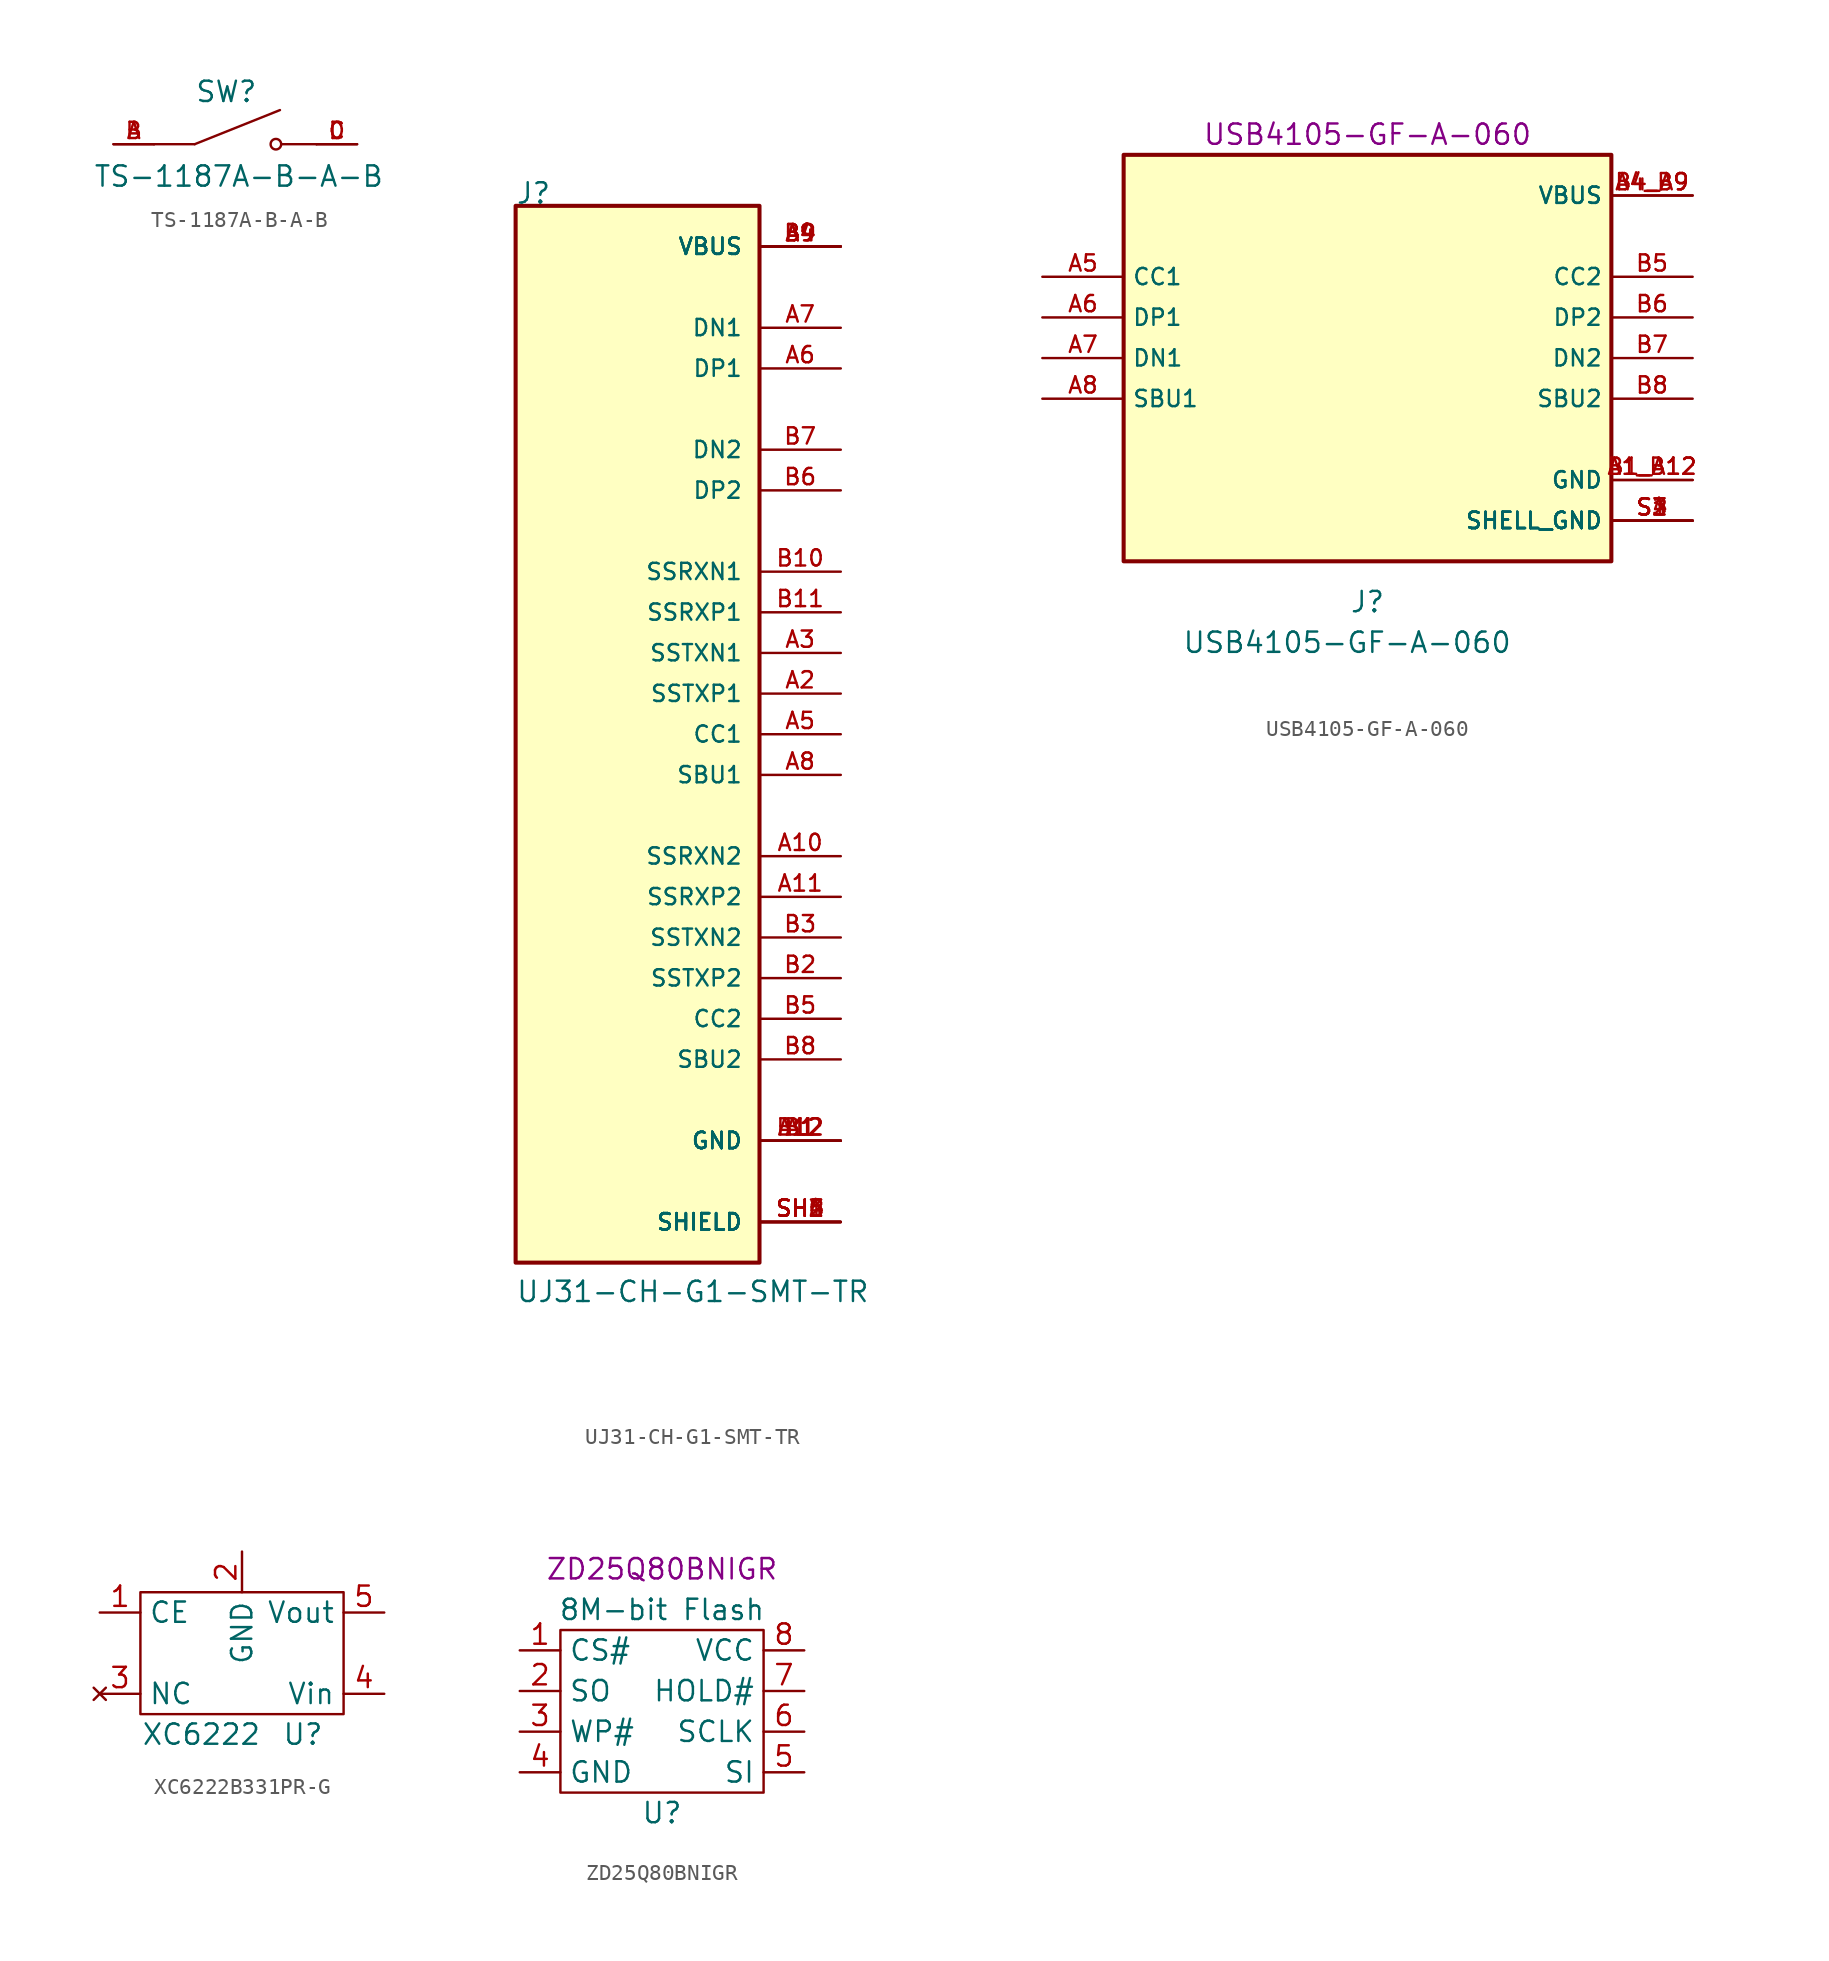
<source format=kicad_sym>
(kicad_symbol_lib
  (version 20241209)
  (generator "kicad_symbol_editor")
  (generator_version "9.0")
  (symbol "TS-1187A-B-A-B"
    (pin_names
      (offset 1.016))
    (property "Reference" "SW"
      (at -2.54 2.54 0)
      (effects (font (size 1.27 1.27)) (justify left bottom)))
    (property "Value" "TS-1187A-B-A-B"
      (at -8.89 -1.27 0)
      (effects (font (size 1.27 1.27)) (justify left top)))
    (symbol "TS-1187A-B-A-B_0_0"
      (polyline (pts (xy -2.54 0) (xy -5.08 0)) (stroke (width 0.152) (type default)) (fill (type none)))
      (polyline (pts (xy -2.54 0) (xy 2.794 2.134)) (stroke (width 0.152) (type default)) (fill (type none)))
      (circle (center 2.54 0) (radius 0.33) (stroke (width 0.152) (type default)) (fill (type none)))
      (polyline (pts (xy 5.08 0) (xy 2.921 0)) (stroke (width 0.152) (type default)) (fill (type none)))
      (pin passive line (at -7.62 0 0) (length 2.54) (name "~" (effects (font (size 1.016 1.016)))) (number "A" (effects (font (size 1.016 1.016)))))
      (pin passive line (at -7.62 0 0) (length 2.54) (name "~" (effects (font (size 1.016 1.016)))) (number "B" (effects (font (size 1.016 1.016)))))
      (pin passive line (at 7.62 0 180) (length 2.54) (name "~" (effects (font (size 1.016 1.016)))) (number "C" (effects (font (size 1.016 1.016)))))
      (pin passive line (at 7.62 0 180) (length 2.54) (name "~" (effects (font (size 1.016 1.016)))) (number "D" (effects (font (size 1.016 1.016)))))))
  (symbol "UJ31-CH-G1-SMT-TR"
    (pin_names
      (offset 1.016))
    (property "Reference" "J"
      (at -7.63 33.063 0)
      (effects (font (size 1.27 1.27)) (justify left bottom)))
    (property "Value" "UJ31-CH-G1-SMT-TR"
      (at -7.624 -35.581 0)
      (effects (font (size 1.27 1.27)) (justify left bottom)))
    (symbol "UJ31-CH-G1-SMT-TR_0_0"
      (rectangle (start -7.62 -33.02) (end 7.62 33.02) (stroke (width 0.254) (type default)) (fill (type background)))
      (pin power_in line (at 12.7 30.48 180) (length 5.08) (name "VBUS" (effects (font (size 1.016 1.016)))) (number "A4" (effects (font (size 1.016 1.016)))))
      (pin power_in line (at 12.7 30.48 180) (length 5.08) (name "VBUS" (effects (font (size 1.016 1.016)))) (number "A9" (effects (font (size 1.016 1.016)))))
      (pin power_in line (at 12.7 30.48 180) (length 5.08) (name "VBUS" (effects (font (size 1.016 1.016)))) (number "B4" (effects (font (size 1.016 1.016)))))
      (pin power_in line (at 12.7 30.48 180) (length 5.08) (name "VBUS" (effects (font (size 1.016 1.016)))) (number "B9" (effects (font (size 1.016 1.016)))))
      (pin bidirectional line (at 12.7 25.4 180) (length 5.08) (name "DN1" (effects (font (size 1.016 1.016)))) (number "A7" (effects (font (size 1.016 1.016)))))
      (pin bidirectional line (at 12.7 22.86 180) (length 5.08) (name "DP1" (effects (font (size 1.016 1.016)))) (number "A6" (effects (font (size 1.016 1.016)))))
      (pin bidirectional line (at 12.7 17.78 180) (length 5.08) (name "DN2" (effects (font (size 1.016 1.016)))) (number "B7" (effects (font (size 1.016 1.016)))))
      (pin bidirectional line (at 12.7 15.24 180) (length 5.08) (name "DP2" (effects (font (size 1.016 1.016)))) (number "B6" (effects (font (size 1.016 1.016)))))
      (pin bidirectional line (at 12.7 10.16 180) (length 5.08) (name "SSRXN1" (effects (font (size 1.016 1.016)))) (number "B10" (effects (font (size 1.016 1.016)))))
      (pin bidirectional line (at 12.7 7.62 180) (length 5.08) (name "SSRXP1" (effects (font (size 1.016 1.016)))) (number "B11" (effects (font (size 1.016 1.016)))))
      (pin bidirectional line (at 12.7 5.08 180) (length 5.08) (name "SSTXN1" (effects (font (size 1.016 1.016)))) (number "A3" (effects (font (size 1.016 1.016)))))
      (pin bidirectional line (at 12.7 2.54 180) (length 5.08) (name "SSTXP1" (effects (font (size 1.016 1.016)))) (number "A2" (effects (font (size 1.016 1.016)))))
      (pin bidirectional line (at 12.7 0 180) (length 5.08) (name "CC1" (effects (font (size 1.016 1.016)))) (number "A5" (effects (font (size 1.016 1.016)))))
      (pin bidirectional line (at 12.7 -2.54 180) (length 5.08) (name "SBU1" (effects (font (size 1.016 1.016)))) (number "A8" (effects (font (size 1.016 1.016)))))
      (pin bidirectional line (at 12.7 -7.62 180) (length 5.08) (name "SSRXN2" (effects (font (size 1.016 1.016)))) (number "A10" (effects (font (size 1.016 1.016)))))
      (pin bidirectional line (at 12.7 -10.16 180) (length 5.08) (name "SSRXP2" (effects (font (size 1.016 1.016)))) (number "A11" (effects (font (size 1.016 1.016)))))
      (pin bidirectional line (at 12.7 -12.7 180) (length 5.08) (name "SSTXN2" (effects (font (size 1.016 1.016)))) (number "B3" (effects (font (size 1.016 1.016)))))
      (pin bidirectional line (at 12.7 -15.24 180) (length 5.08) (name "SSTXP2" (effects (font (size 1.016 1.016)))) (number "B2" (effects (font (size 1.016 1.016)))))
      (pin bidirectional line (at 12.7 -17.78 180) (length 5.08) (name "CC2" (effects (font (size 1.016 1.016)))) (number "B5" (effects (font (size 1.016 1.016)))))
      (pin bidirectional line (at 12.7 -20.32 180) (length 5.08) (name "SBU2" (effects (font (size 1.016 1.016)))) (number "B8" (effects (font (size 1.016 1.016)))))
      (pin power_in line (at 12.7 -25.4 180) (length 5.08) (name "GND" (effects (font (size 1.016 1.016)))) (number "A1" (effects (font (size 1.016 1.016)))))
      (pin power_in line (at 12.7 -25.4 180) (length 5.08) (name "GND" (effects (font (size 1.016 1.016)))) (number "A12" (effects (font (size 1.016 1.016)))))
      (pin power_in line (at 12.7 -25.4 180) (length 5.08) (name "GND" (effects (font (size 1.016 1.016)))) (number "B1" (effects (font (size 1.016 1.016)))))
      (pin power_in line (at 12.7 -25.4 180) (length 5.08) (name "GND" (effects (font (size 1.016 1.016)))) (number "B12" (effects (font (size 1.016 1.016)))))
      (pin power_in line (at 12.7 -30.48 180) (length 5.08) (name "SHIELD" (effects (font (size 1.016 1.016)))) (number "SH1" (effects (font (size 1.016 1.016)))))
      (pin power_in line (at 12.7 -30.48 180) (length 5.08) (name "SHIELD" (effects (font (size 1.016 1.016)))) (number "SH2" (effects (font (size 1.016 1.016)))))
      (pin power_in line (at 12.7 -30.48 180) (length 5.08) (name "SHIELD" (effects (font (size 1.016 1.016)))) (number "SH3" (effects (font (size 1.016 1.016)))))
      (pin power_in line (at 12.7 -30.48 180) (length 5.08) (name "SHIELD" (effects (font (size 1.016 1.016)))) (number "SH4" (effects (font (size 1.016 1.016)))))
      (pin power_in line (at 12.7 -30.48 180) (length 5.08) (name "SHIELD" (effects (font (size 1.016 1.016)))) (number "SH5" (effects (font (size 1.016 1.016)))))
      (pin power_in line (at 12.7 -30.48 180) (length 5.08) (name "SHIELD" (effects (font (size 1.016 1.016)))) (number "SH6" (effects (font (size 1.016 1.016)))))))
  (symbol "USB4105-GF-A-060"
    (property "Reference" "J"
      (at 0 -15.24 0)
      (effects (font (size 1.27 1.27))))
    (property "Value" "USB4105-GF-A-060"
      (at -1.27 -17.78 0)
      (effects (font (size 1.27 1.27))))
    (property "MPN" "USB4105-GF-A-060"
      (at 0 13.97 0)
      (effects (font (size 1.27 1.27))))
    (symbol "USB4105-GF-A-060_0_0"
      (rectangle (start -15.24 -12.7) (end 15.24 12.7) (stroke (width 0.254) (type default)) (fill (type background)))
      (pin bidirectional line (at -20.32 5.08 0) (length 5.08) (name "CC1" (effects (font (size 1.016 1.016)))) (number "A5" (effects (font (size 1.016 1.016)))))
      (pin bidirectional line (at -20.32 2.54 0) (length 5.08) (name "DP1" (effects (font (size 1.016 1.016)))) (number "A6" (effects (font (size 1.016 1.016)))))
      (pin bidirectional line (at -20.32 0 0) (length 5.08) (name "DN1" (effects (font (size 1.016 1.016)))) (number "A7" (effects (font (size 1.016 1.016)))))
      (pin bidirectional line (at -20.32 -2.54 0) (length 5.08) (name "SBU1" (effects (font (size 1.016 1.016)))) (number "A8" (effects (font (size 1.016 1.016)))))
      (pin power_in line (at 20.32 10.16 180) (length 5.08) (name "VBUS" (effects (font (size 1.016 1.016)))) (number "A4_B9" (effects (font (size 1.016 1.016)))))
      (pin power_in line (at 20.32 10.16 180) (length 5.08) (name "VBUS" (effects (font (size 1.016 1.016)))) (number "B4_A9" (effects (font (size 1.016 1.016)))))
      (pin bidirectional line (at 20.32 5.08 180) (length 5.08) (name "CC2" (effects (font (size 1.016 1.016)))) (number "B5" (effects (font (size 1.016 1.016)))))
      (pin bidirectional line (at 20.32 2.54 180) (length 5.08) (name "DP2" (effects (font (size 1.016 1.016)))) (number "B6" (effects (font (size 1.016 1.016)))))
      (pin bidirectional line (at 20.32 0 180) (length 5.08) (name "DN2" (effects (font (size 1.016 1.016)))) (number "B7" (effects (font (size 1.016 1.016)))))
      (pin bidirectional line (at 20.32 -2.54 180) (length 5.08) (name "SBU2" (effects (font (size 1.016 1.016)))) (number "B8" (effects (font (size 1.016 1.016)))))
      (pin power_in line (at 20.32 -7.62 180) (length 5.08) (name "GND" (effects (font (size 1.016 1.016)))) (number "A1_B12" (effects (font (size 1.016 1.016)))))
      (pin power_in line (at 20.32 -7.62 180) (length 5.08) (name "GND" (effects (font (size 1.016 1.016)))) (number "B1_A12" (effects (font (size 1.016 1.016)))))
      (pin power_in line (at 20.32 -10.16 180) (length 5.08) (name "SHELL_GND" (effects (font (size 1.016 1.016)))) (number "S1" (effects (font (size 1.016 1.016)))))
      (pin power_in line (at 20.32 -10.16 180) (length 5.08) (name "SHELL_GND" (effects (font (size 1.016 1.016)))) (number "S2" (effects (font (size 1.016 1.016)))))
      (pin power_in line (at 20.32 -10.16 180) (length 5.08) (name "SHELL_GND" (effects (font (size 1.016 1.016)))) (number "S3" (effects (font (size 1.016 1.016)))))
      (pin power_in line (at 20.32 -10.16 180) (length 5.08) (name "SHELL_GND" (effects (font (size 1.016 1.016)))) (number "S4" (effects (font (size 1.016 1.016)))))))
  (symbol "XC6222B331PR-G"
    (property "Reference" "U"
      (at 3.81 -5.08 0)
      (effects (font (size 1.27 1.27))))
    (property "Value" "XC6222"
      (at -2.54 -5.08 0)
      (effects (font (size 1.27 1.27))))
    (symbol "XC6222B331PR-G_0_1"
      (rectangle (start -6.35 3.81) (end 6.35 -3.81) (stroke (width 0) (type default)) (fill (type none))))
    (symbol "XC6222B331PR-G_1_1"
      (pin power_out line (at -8.89 2.54 0) (length 2.54) (name "CE" (effects (font (size 1.27 1.27)))) (number "1" (effects (font (size 1.27 1.27)))))
      (pin no_connect line (at -8.89 -2.54 0) (length 2.54) (name "NC" (effects (font (size 1.27 1.27)))) (number "3" (effects (font (size 1.27 1.27)))))
      (pin power_in line (at 0 6.35 270) (length 2.54) (name "GND" (effects (font (size 1.27 1.27)))) (number "2" (effects (font (size 1.27 1.27)))))
      (pin input line (at 8.89 2.54 180) (length 2.54) (name "Vout" (effects (font (size 1.27 1.27)))) (number "5" (effects (font (size 1.27 1.27)))))
      (pin input line (at 8.89 -2.54 180) (length 2.54) (name "Vin" (effects (font (size 1.27 1.27)))) (number "4" (effects (font (size 1.27 1.27)))))))
  (symbol "ZD25Q80BNIGR"
    (property "Reference" "U"
      (at 0 -6.35 0)
      (effects (font (size 1.27 1.27))))
    (property "Value" "8M-bit Flash"
      (at 0 6.35 0)
      (effects (font (size 1.27 1.27))))
    (property "MPN" "ZD25Q80BNIGR"
      (at 0 8.89 0)
      (effects (font (size 1.27 1.27))))
    (symbol "ZD25Q80BNIGR_0_1"
      (polyline (pts (xy -6.35 -5.08) (xy -6.35 5.08) (xy 6.35 5.08) (xy 6.35 -5.08) (xy -6.35 -5.08)) (stroke (width 0) (type default)) (fill (type none))))
    (symbol "ZD25Q80BNIGR_1_1"
      (pin input line (at -8.89 3.81 0) (length 2.54) (name "CS#" (effects (font (size 1.27 1.27)))) (number "1" (effects (font (size 1.27 1.27)))))
      (pin input line (at -8.89 1.27 0) (length 2.54) (name "SO" (effects (font (size 1.27 1.27)))) (number "2" (effects (font (size 1.27 1.27)))))
      (pin input line (at -8.89 -1.27 0) (length 2.54) (name "WP#" (effects (font (size 1.27 1.27)))) (number "3" (effects (font (size 1.27 1.27)))))
      (pin input line (at -8.89 -3.81 0) (length 2.54) (name "GND" (effects (font (size 1.27 1.27)))) (number "4" (effects (font (size 1.27 1.27)))))
      (pin input line (at 8.89 3.81 180) (length 2.54) (name "VCC" (effects (font (size 1.27 1.27)))) (number "8" (effects (font (size 1.27 1.27)))))
      (pin input line (at 8.89 1.27 180) (length 2.54) (name "HOLD#" (effects (font (size 1.27 1.27)))) (number "7" (effects (font (size 1.27 1.27)))))
      (pin input line (at 8.89 -1.27 180) (length 2.54) (name "SCLK" (effects (font (size 1.27 1.27)))) (number "6" (effects (font (size 1.27 1.27)))))
      (pin input line (at 8.89 -3.81 180) (length 2.54) (name "SI" (effects (font (size 1.27 1.27)))) (number "5" (effects (font (size 1.27 1.27))))))))
</source>
